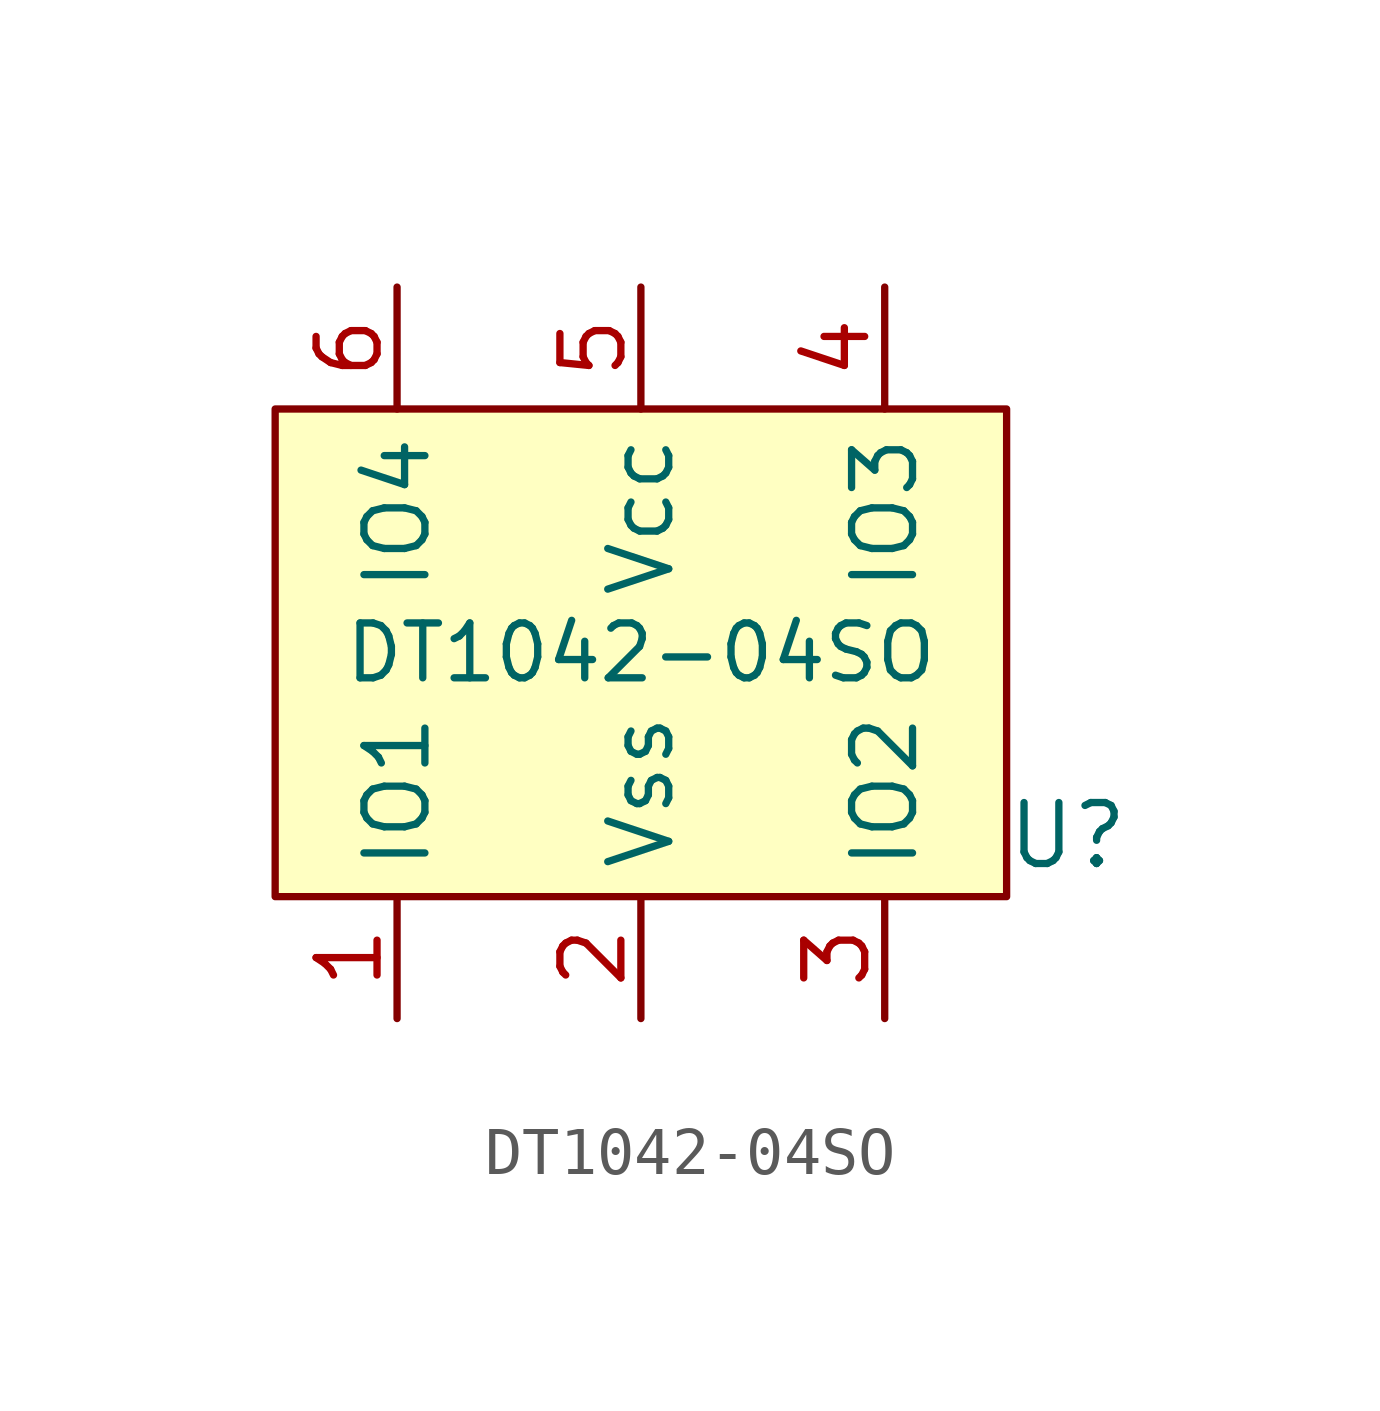
<source format=kicad_sym>
(kicad_symbol_lib
  (version 20231120)
  (generator "kicad_symbol_editor")
  (generator_version "8.0")
  (symbol "DT1042-04SO"
    (property "Reference" "U"
      (at 8.89 -3.81 0)
      (effects (font (size 1.27 1.27))))
    (property "Value" "DT1042-04SO"
      (at 0 0 0)
      (effects (font (size 1.143 1.143))))
    (symbol "DT1042-04SO_1_1"
      (rectangle (start -7.62 5.08) (end 7.62 -5.08) (stroke (width 0) (type default)) (fill (type background)))
      (pin bidirectional line (at -5.08 -7.62 90) (length 2.54) (name "IO1" (effects (font (size 1.27 1.27)))) (number "1" (effects (font (size 1.27 1.27)))))
      (pin power_in line (at 0 -7.62 90) (length 2.54) (name "Vss" (effects (font (size 1.27 1.27)))) (number "2" (effects (font (size 1.27 1.27)))))
      (pin bidirectional line (at 5.08 -7.62 90) (length 2.54) (name "IO2" (effects (font (size 1.27 1.27)))) (number "3" (effects (font (size 1.27 1.27)))))
      (pin bidirectional line (at 5.08 7.62 270) (length 2.54) (name "IO3" (effects (font (size 1.27 1.27)))) (number "4" (effects (font (size 1.27 1.27)))))
      (pin power_in line (at 0 7.62 270) (length 2.54) (name "Vcc" (effects (font (size 1.27 1.27)))) (number "5" (effects (font (size 1.27 1.27)))))
      (pin bidirectional line (at -5.08 7.62 270) (length 2.54) (name "IO4" (effects (font (size 1.27 1.27)))) (number "6" (effects (font (size 1.27 1.27))))))))
</source>
